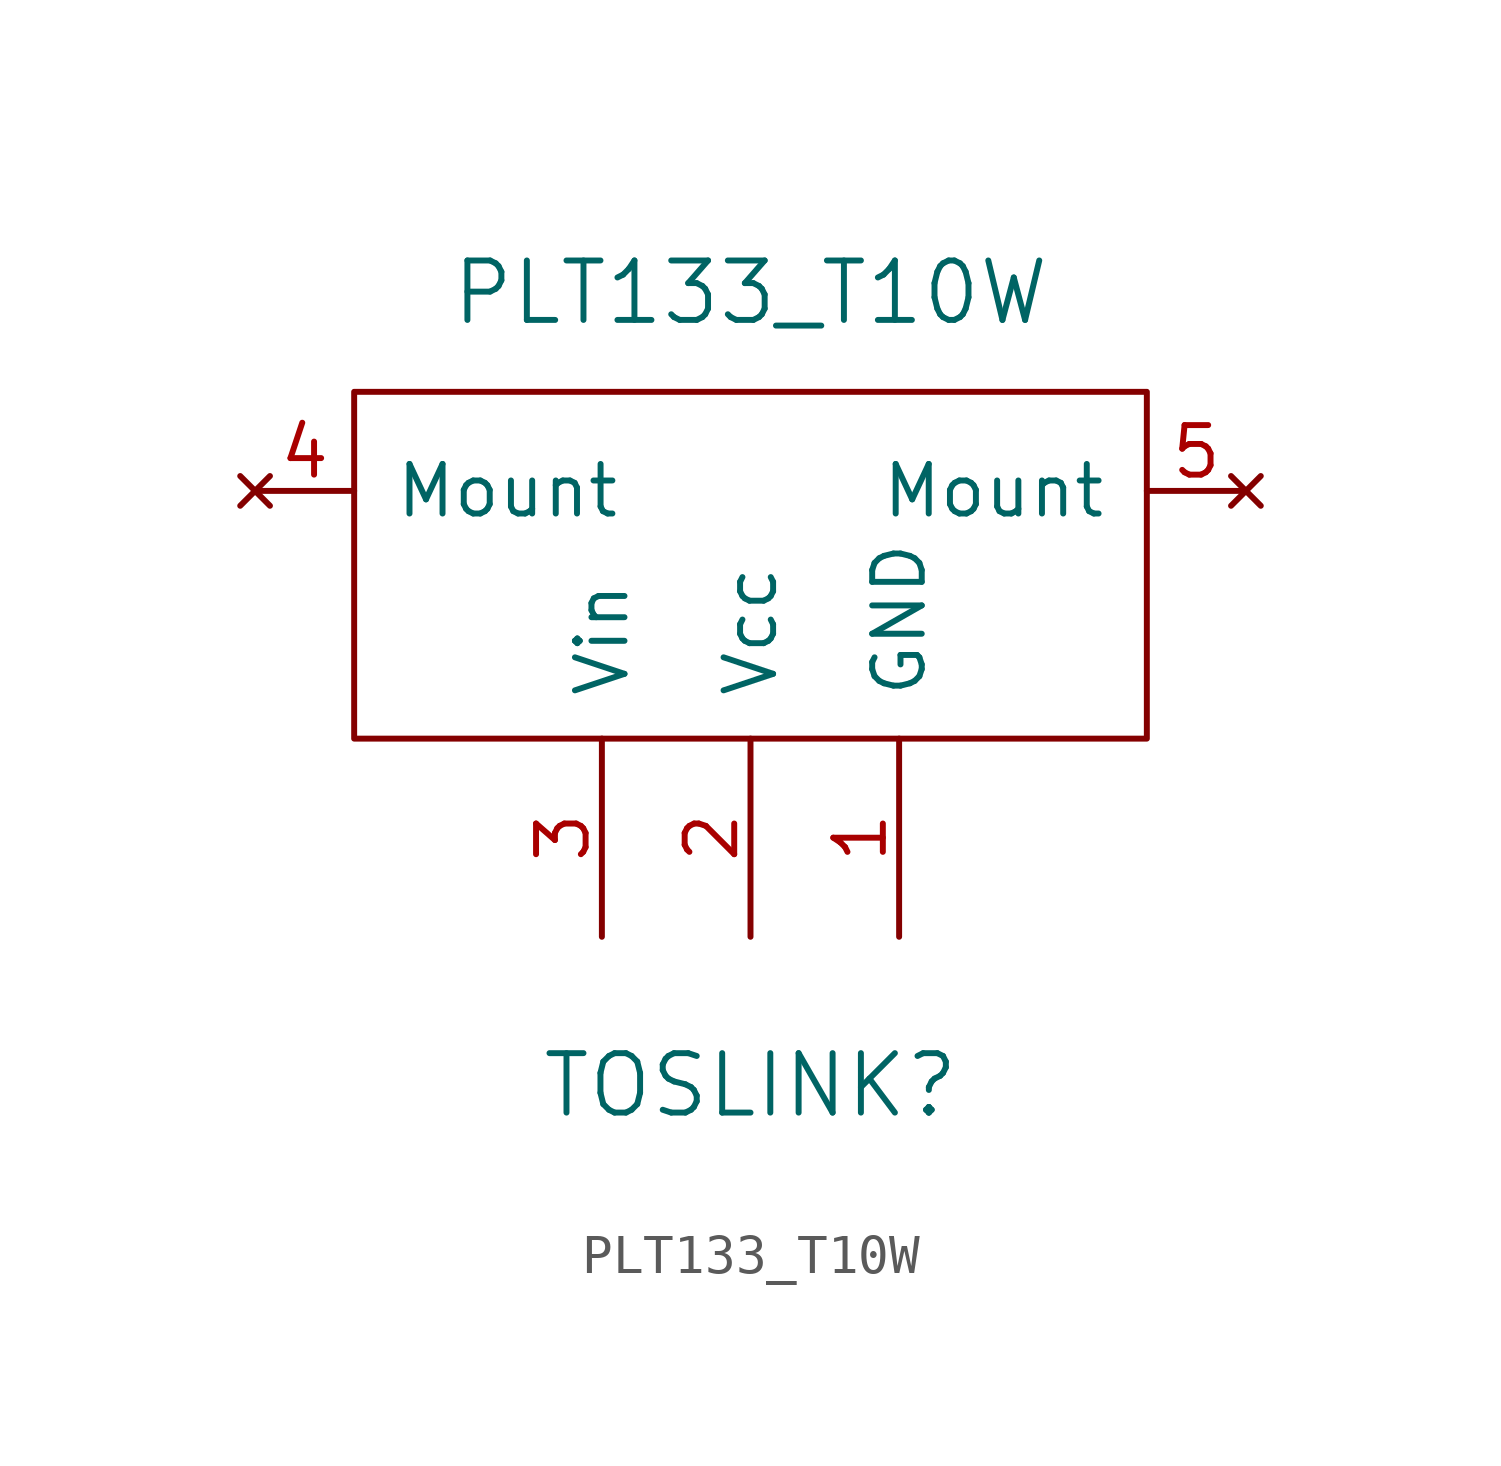
<source format=kicad_sym>
(kicad_symbol_lib
  (version 20211014)
  (generator kicad_symbol_editor)
  (symbol "PLT133_T10W"
    (pin_names
      (offset 1.016))
    (property "Reference" "TOSLINK"
      (at 0 -8.89 0)
      (effects (font (size 1.524 1.524))))
    (property "Value" "PLT133_T10W"
      (at 0 11.43 0)
      (effects (font (size 1.524 1.524))))
    (symbol "PLT133_T10W_0_1"
      (rectangle (start -10.16 8.89) (end 10.16 0) (stroke (width 0) (type default) (color 0 0 0 0)) (fill (type none))))
    (symbol "PLT133_T10W_1_1"
      (pin input line (at 3.81 -5.08 90) (length 5.08) (name "GND" (effects (font (size 1.27 1.27)))) (number "1" (effects (font (size 1.27 1.27)))))
      (pin power_in line (at 0 -5.08 90) (length 5.08) (name "Vcc" (effects (font (size 1.27 1.27)))) (number "2" (effects (font (size 1.27 1.27)))))
      (pin input line (at -3.81 -5.08 90) (length 5.08) (name "Vin" (effects (font (size 1.27 1.27)))) (number "3" (effects (font (size 1.27 1.27)))))
      (pin no_connect line (at -12.7 6.35 0) (length 2.54) (name "Mount" (effects (font (size 1.27 1.27)))) (number "4" (effects (font (size 1.27 1.27)))))
      (pin no_connect line (at 12.7 6.35 180) (length 2.54) (name "Mount" (effects (font (size 1.27 1.27)))) (number "5" (effects (font (size 1.27 1.27))))))))
</source>
